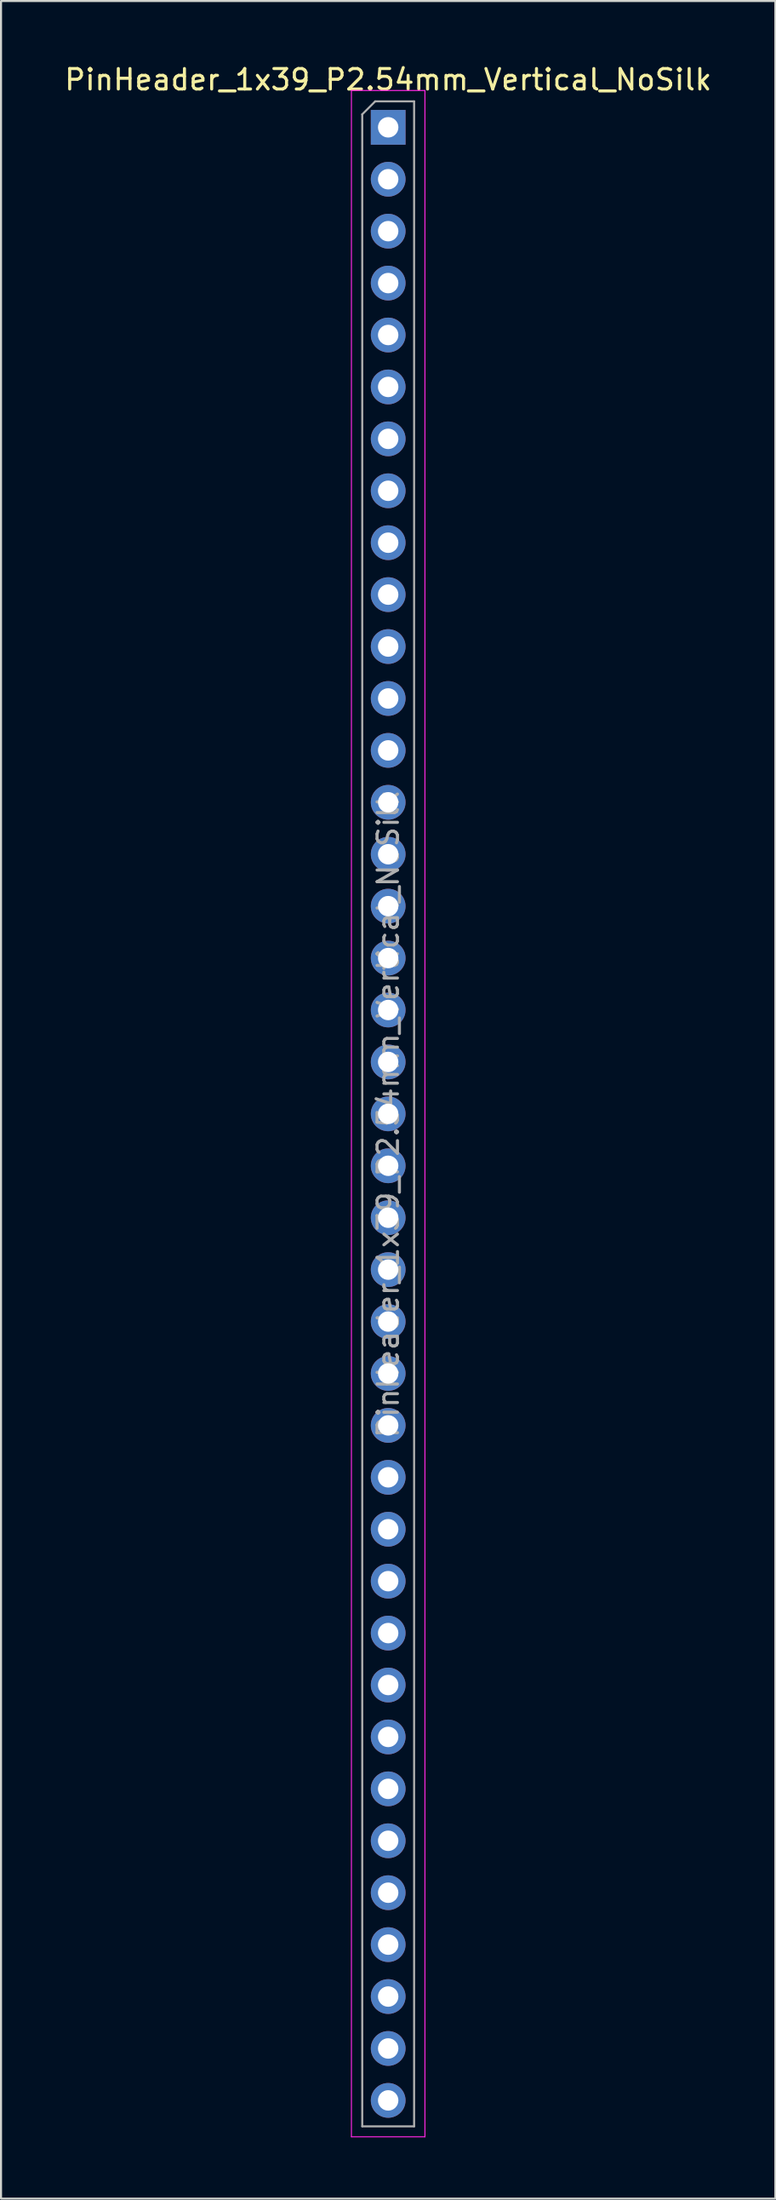
<source format=kicad_pcb>
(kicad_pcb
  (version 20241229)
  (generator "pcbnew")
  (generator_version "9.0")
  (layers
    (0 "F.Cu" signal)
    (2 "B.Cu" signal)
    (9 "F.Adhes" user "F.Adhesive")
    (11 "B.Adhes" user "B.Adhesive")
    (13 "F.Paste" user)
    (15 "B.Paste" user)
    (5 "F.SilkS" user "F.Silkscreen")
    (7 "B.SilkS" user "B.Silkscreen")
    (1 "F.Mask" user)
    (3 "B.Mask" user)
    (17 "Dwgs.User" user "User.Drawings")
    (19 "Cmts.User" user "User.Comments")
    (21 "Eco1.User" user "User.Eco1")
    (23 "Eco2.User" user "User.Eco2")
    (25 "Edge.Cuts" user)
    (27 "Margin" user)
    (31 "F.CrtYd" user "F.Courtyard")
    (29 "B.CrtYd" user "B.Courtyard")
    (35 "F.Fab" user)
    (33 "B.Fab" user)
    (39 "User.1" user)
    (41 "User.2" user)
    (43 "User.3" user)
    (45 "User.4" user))
  (footprint "PinHeader_1x39_P2.54mm_Vertical_NoSilk"
    (layer "F.Cu")
    (at 15.958 3.178)
    (property "Reference" "PinHeader_1x39_P2.54mm_Vertical_NoSilk" (at 0 -2.33 0) (layer "F.SilkS") (effects (font (size 1 1) (thickness 0.15))))
    (attr through_hole)
    (fp_line (start -1.8 -1.8) (end -1.8 98.3) (stroke (width 0.05) (type solid)) (layer "F.CrtYd"))
    (fp_line (start -1.8 98.3) (end 1.8 98.3) (stroke (width 0.05) (type solid)) (layer "F.CrtYd"))
    (fp_line (start 1.8 -1.8) (end -1.8 -1.8) (stroke (width 0.05) (type solid)) (layer "F.CrtYd"))
    (fp_line (start 1.8 98.3) (end 1.8 -1.8) (stroke (width 0.05) (type solid)) (layer "F.CrtYd"))
    (fp_line (start -1.27 -0.635) (end -0.635 -1.27) (stroke (width 0.1) (type solid)) (layer "F.Fab"))
    (fp_line (start -1.27 97.79) (end -1.27 -0.635) (stroke (width 0.1) (type solid)) (layer "F.Fab"))
    (fp_line (start -0.635 -1.27) (end 1.27 -1.27) (stroke (width 0.1) (type solid)) (layer "F.Fab"))
    (fp_line (start 1.27 -1.27) (end 1.27 97.79) (stroke (width 0.1) (type solid)) (layer "F.Fab"))
    (fp_line (start 1.27 97.79) (end -1.27 97.79) (stroke (width 0.1) (type solid)) (layer "F.Fab"))
    (fp_text user "${REFERENCE}" (at 0 48.26 270) (layer "F.Fab") (effects (font (size 1 1) (thickness 0.15))))
    (pad "1" thru_hole rect (at 0 0) (size 1.7 1.7) (drill 1) (layers "*.Cu" "*.Mask"))
    (pad "2" thru_hole oval (at 0 2.54) (size 1.7 1.7) (drill 1) (layers "*.Cu" "*.Mask"))
    (pad "3" thru_hole oval (at 0 5.08) (size 1.7 1.7) (drill 1) (layers "*.Cu" "*.Mask"))
    (pad "4" thru_hole oval (at 0 7.62) (size 1.7 1.7) (drill 1) (layers "*.Cu" "*.Mask"))
    (pad "5" thru_hole oval (at 0 10.16) (size 1.7 1.7) (drill 1) (layers "*.Cu" "*.Mask"))
    (pad "6" thru_hole oval (at 0 12.7) (size 1.7 1.7) (drill 1) (layers "*.Cu" "*.Mask"))
    (pad "7" thru_hole oval (at 0 15.24) (size 1.7 1.7) (drill 1) (layers "*.Cu" "*.Mask"))
    (pad "8" thru_hole oval (at 0 17.78) (size 1.7 1.7) (drill 1) (layers "*.Cu" "*.Mask"))
    (pad "9" thru_hole oval (at 0 20.32) (size 1.7 1.7) (drill 1) (layers "*.Cu" "*.Mask"))
    (pad "10" thru_hole oval (at 0 22.86) (size 1.7 1.7) (drill 1) (layers "*.Cu" "*.Mask"))
    (pad "11" thru_hole oval (at 0 25.4) (size 1.7 1.7) (drill 1) (layers "*.Cu" "*.Mask"))
    (pad "12" thru_hole oval (at 0 27.94) (size 1.7 1.7) (drill 1) (layers "*.Cu" "*.Mask"))
    (pad "13" thru_hole oval (at 0 30.48) (size 1.7 1.7) (drill 1) (layers "*.Cu" "*.Mask"))
    (pad "14" thru_hole oval (at 0 33.02) (size 1.7 1.7) (drill 1) (layers "*.Cu" "*.Mask"))
    (pad "15" thru_hole oval (at 0 35.56) (size 1.7 1.7) (drill 1) (layers "*.Cu" "*.Mask"))
    (pad "16" thru_hole oval (at 0 38.1) (size 1.7 1.7) (drill 1) (layers "*.Cu" "*.Mask"))
    (pad "17" thru_hole oval (at 0 40.64) (size 1.7 1.7) (drill 1) (layers "*.Cu" "*.Mask"))
    (pad "18" thru_hole oval (at 0 43.18) (size 1.7 1.7) (drill 1) (layers "*.Cu" "*.Mask"))
    (pad "19" thru_hole oval (at 0 45.72) (size 1.7 1.7) (drill 1) (layers "*.Cu" "*.Mask"))
    (pad "20" thru_hole oval (at 0 48.26) (size 1.7 1.7) (drill 1) (layers "*.Cu" "*.Mask"))
    (pad "21" thru_hole oval (at 0 50.8) (size 1.7 1.7) (drill 1) (layers "*.Cu" "*.Mask"))
    (pad "22" thru_hole oval (at 0 53.34) (size 1.7 1.7) (drill 1) (layers "*.Cu" "*.Mask"))
    (pad "23" thru_hole oval (at 0 55.88) (size 1.7 1.7) (drill 1) (layers "*.Cu" "*.Mask"))
    (pad "24" thru_hole oval (at 0 58.42) (size 1.7 1.7) (drill 1) (layers "*.Cu" "*.Mask"))
    (pad "25" thru_hole oval (at 0 60.96) (size 1.7 1.7) (drill 1) (layers "*.Cu" "*.Mask"))
    (pad "26" thru_hole oval (at 0 63.5) (size 1.7 1.7) (drill 1) (layers "*.Cu" "*.Mask"))
    (pad "27" thru_hole oval (at 0 66.04) (size 1.7 1.7) (drill 1) (layers "*.Cu" "*.Mask"))
    (pad "28" thru_hole oval (at 0 68.58) (size 1.7 1.7) (drill 1) (layers "*.Cu" "*.Mask"))
    (pad "29" thru_hole oval (at 0 71.12) (size 1.7 1.7) (drill 1) (layers "*.Cu" "*.Mask"))
    (pad "30" thru_hole oval (at 0 73.66) (size 1.7 1.7) (drill 1) (layers "*.Cu" "*.Mask"))
    (pad "31" thru_hole oval (at 0 76.2) (size 1.7 1.7) (drill 1) (layers "*.Cu" "*.Mask"))
    (pad "32" thru_hole oval (at 0 78.74) (size 1.7 1.7) (drill 1) (layers "*.Cu" "*.Mask"))
    (pad "33" thru_hole oval (at 0 81.28) (size 1.7 1.7) (drill 1) (layers "*.Cu" "*.Mask"))
    (pad "34" thru_hole oval (at 0 83.82) (size 1.7 1.7) (drill 1) (layers "*.Cu" "*.Mask"))
    (pad "35" thru_hole oval (at 0 86.36) (size 1.7 1.7) (drill 1) (layers "*.Cu" "*.Mask"))
    (pad "36" thru_hole oval (at 0 88.9) (size 1.7 1.7) (drill 1) (layers "*.Cu" "*.Mask"))
    (pad "37" thru_hole oval (at 0 91.44) (size 1.7 1.7) (drill 1) (layers "*.Cu" "*.Mask"))
    (pad "38" thru_hole oval (at 0 93.98) (size 1.7 1.7) (drill 1) (layers "*.Cu" "*.Mask"))
    (pad "39" thru_hole oval (at 0 96.52) (size 1.7 1.7) (drill 1) (layers "*.Cu" "*.Mask")))
  (gr_rect
    (start -3 -3)
    (end 34.917 104.503)
    (stroke (width 0.1) (type default))
    (fill no)
    (layer "Edge.Cuts")))
</source>
